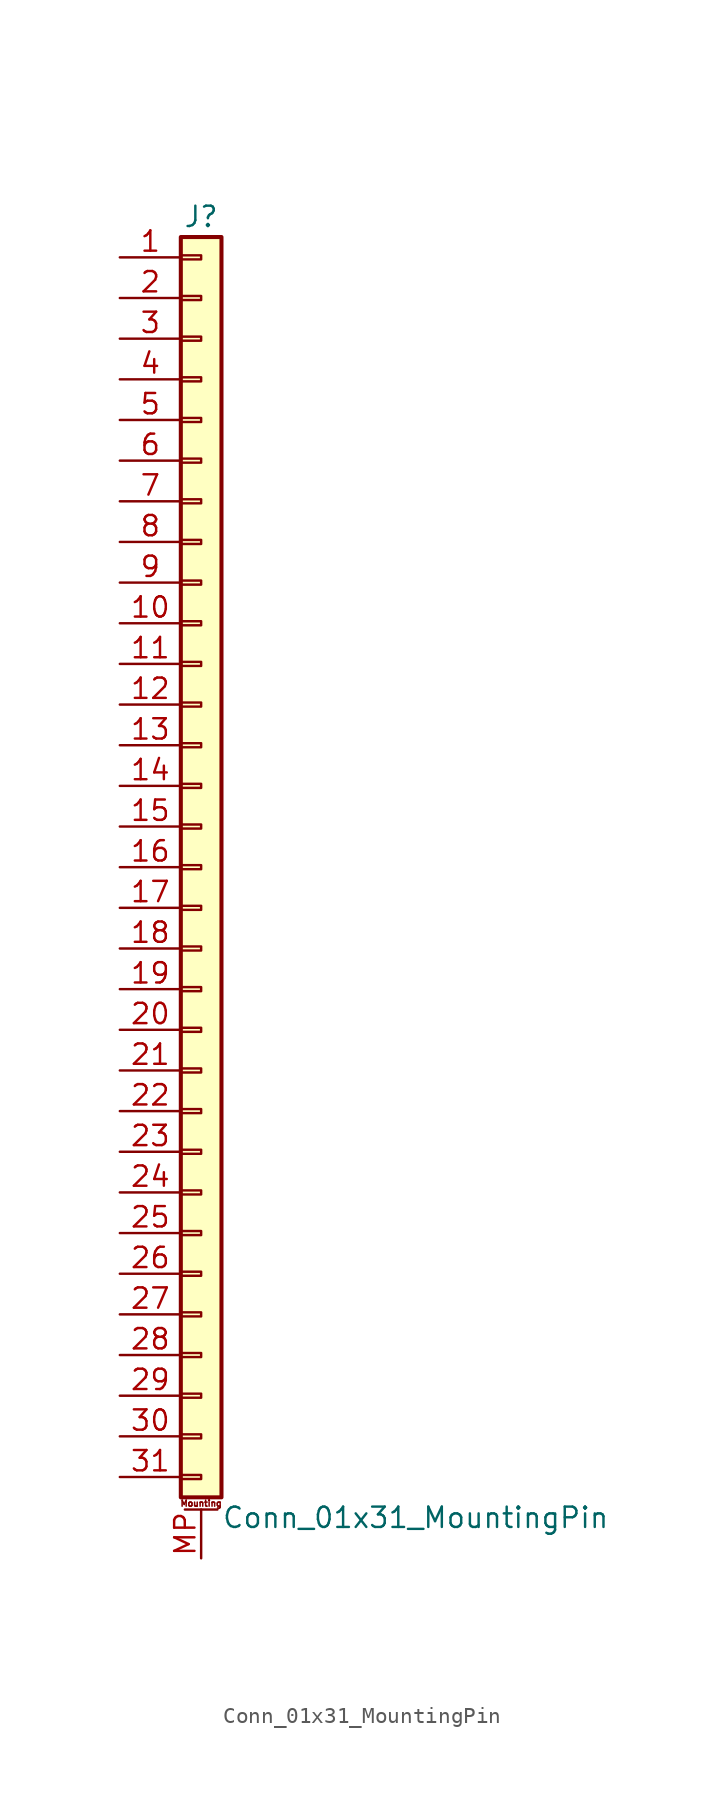
<source format=kicad_sym>
(kicad_symbol_lib
  (version 20201005)
  (generator kicad_symbol_editor)
  (symbol "Connector_Generic_MountingPin:Conn_01x31_MountingPin"
    (pin_names
      (offset 1.016) hide)
    (property "Reference" "J"
      (at 0 40.64 0)
      (effects (font (size 1.27 1.27))))
    (property "Value" "Conn_01x31_MountingPin"
      (at 1.27 -40.64 0)
      (effects (font (size 1.27 1.27)) (justify left)))
    (symbol "Conn_01x31_MountingPin_1_1"
      (text "Mounting" (at 0 -39.751 0) (effects (font (size 0.381 0.381))))
      (rectangle (start -1.27 -27.813) (end 0 -28.067) (stroke (width 0.152)) (fill (type none)))
      (rectangle (start -1.27 -30.353) (end 0 -30.607) (stroke (width 0.152)) (fill (type none)))
      (rectangle (start -1.27 -32.893) (end 0 -33.147) (stroke (width 0.152)) (fill (type none)))
      (rectangle (start -1.27 -35.433) (end 0 -35.687) (stroke (width 0.152)) (fill (type none)))
      (rectangle (start -1.27 -37.973) (end 0 -38.227) (stroke (width 0.152)) (fill (type none)))
      (rectangle (start -1.27 -4.953) (end 0 -5.207) (stroke (width 0.152)) (fill (type none)))
      (rectangle (start -1.27 -7.493) (end 0 -7.747) (stroke (width 0.152)) (fill (type none)))
      (rectangle (start -1.27 -10.033) (end 0 -10.287) (stroke (width 0.152)) (fill (type none)))
      (rectangle (start -1.27 -12.573) (end 0 -12.827) (stroke (width 0.152)) (fill (type none)))
      (rectangle (start -1.27 -15.113) (end 0 -15.367) (stroke (width 0.152)) (fill (type none)))
      (rectangle (start -1.27 -17.653) (end 0 -17.907) (stroke (width 0.152)) (fill (type none)))
      (rectangle (start -1.27 -20.193) (end 0 -20.447) (stroke (width 0.152)) (fill (type none)))
      (rectangle (start -1.27 -22.733) (end 0 -22.987) (stroke (width 0.152)) (fill (type none)))
      (rectangle (start -1.27 -2.413) (end 0 -2.667) (stroke (width 0.152)) (fill (type none)))
      (rectangle (start -1.27 -25.273) (end 0 -25.527) (stroke (width 0.152)) (fill (type none)))
      (rectangle (start -1.27 25.527) (end 0 25.273) (stroke (width 0.152)) (fill (type none)))
      (rectangle (start -1.27 2.667) (end 0 2.413) (stroke (width 0.152)) (fill (type none)))
      (rectangle (start -1.27 28.067) (end 0 27.813) (stroke (width 0.152)) (fill (type none)))
      (rectangle (start -1.27 30.607) (end 0 30.353) (stroke (width 0.152)) (fill (type none)))
      (rectangle (start -1.27 33.147) (end 0 32.893) (stroke (width 0.152)) (fill (type none)))
      (rectangle (start -1.27 35.687) (end 0 35.433) (stroke (width 0.152)) (fill (type none)))
      (rectangle (start -1.27 38.227) (end 0 37.973) (stroke (width 0.152)) (fill (type none)))
      (rectangle (start -1.27 39.37) (end 1.27 -39.37) (stroke (width 0.254)) (fill (type background)))
      (rectangle (start -1.27 5.207) (end 0 4.953) (stroke (width 0.152)) (fill (type none)))
      (rectangle (start -1.27 7.747) (end 0 7.493) (stroke (width 0.152)) (fill (type none)))
      (rectangle (start -1.27 10.287) (end 0 10.033) (stroke (width 0.152)) (fill (type none)))
      (rectangle (start -1.27 0.127) (end 0 -0.127) (stroke (width 0.152)) (fill (type none)))
      (rectangle (start -1.27 12.827) (end 0 12.573) (stroke (width 0.152)) (fill (type none)))
      (rectangle (start -1.27 15.367) (end 0 15.113) (stroke (width 0.152)) (fill (type none)))
      (rectangle (start -1.27 17.907) (end 0 17.653) (stroke (width 0.152)) (fill (type none)))
      (rectangle (start -1.27 20.447) (end 0 20.193) (stroke (width 0.152)) (fill (type none)))
      (rectangle (start -1.27 22.987) (end 0 22.733) (stroke (width 0.152)) (fill (type none)))
      (polyline (pts (xy -1.016 -40.132) (xy 1.016 -40.132)) (stroke (width 0.152)) (fill (type none)))
      (pin passive line (at 0 -43.18 90) (length 3.048) (name "MountPin" (effects (font (size 1.27 1.27)))) (number "MP" (effects (font (size 1.27 1.27)))))
      (pin passive line (at -5.08 38.1 0) (length 3.81) (name "Pin_1" (effects (font (size 1.27 1.27)))) (number "1" (effects (font (size 1.27 1.27)))))
      (pin passive line (at -5.08 15.24 0) (length 3.81) (name "Pin_10" (effects (font (size 1.27 1.27)))) (number "10" (effects (font (size 1.27 1.27)))))
      (pin passive line (at -5.08 12.7 0) (length 3.81) (name "Pin_11" (effects (font (size 1.27 1.27)))) (number "11" (effects (font (size 1.27 1.27)))))
      (pin passive line (at -5.08 10.16 0) (length 3.81) (name "Pin_12" (effects (font (size 1.27 1.27)))) (number "12" (effects (font (size 1.27 1.27)))))
      (pin passive line (at -5.08 7.62 0) (length 3.81) (name "Pin_13" (effects (font (size 1.27 1.27)))) (number "13" (effects (font (size 1.27 1.27)))))
      (pin passive line (at -5.08 5.08 0) (length 3.81) (name "Pin_14" (effects (font (size 1.27 1.27)))) (number "14" (effects (font (size 1.27 1.27)))))
      (pin passive line (at -5.08 2.54 0) (length 3.81) (name "Pin_15" (effects (font (size 1.27 1.27)))) (number "15" (effects (font (size 1.27 1.27)))))
      (pin passive line (at -5.08 0 0) (length 3.81) (name "Pin_16" (effects (font (size 1.27 1.27)))) (number "16" (effects (font (size 1.27 1.27)))))
      (pin passive line (at -5.08 -2.54 0) (length 3.81) (name "Pin_17" (effects (font (size 1.27 1.27)))) (number "17" (effects (font (size 1.27 1.27)))))
      (pin passive line (at -5.08 -5.08 0) (length 3.81) (name "Pin_18" (effects (font (size 1.27 1.27)))) (number "18" (effects (font (size 1.27 1.27)))))
      (pin passive line (at -5.08 -7.62 0) (length 3.81) (name "Pin_19" (effects (font (size 1.27 1.27)))) (number "19" (effects (font (size 1.27 1.27)))))
      (pin passive line (at -5.08 35.56 0) (length 3.81) (name "Pin_2" (effects (font (size 1.27 1.27)))) (number "2" (effects (font (size 1.27 1.27)))))
      (pin passive line (at -5.08 -10.16 0) (length 3.81) (name "Pin_20" (effects (font (size 1.27 1.27)))) (number "20" (effects (font (size 1.27 1.27)))))
      (pin passive line (at -5.08 -12.7 0) (length 3.81) (name "Pin_21" (effects (font (size 1.27 1.27)))) (number "21" (effects (font (size 1.27 1.27)))))
      (pin passive line (at -5.08 -15.24 0) (length 3.81) (name "Pin_22" (effects (font (size 1.27 1.27)))) (number "22" (effects (font (size 1.27 1.27)))))
      (pin passive line (at -5.08 -17.78 0) (length 3.81) (name "Pin_23" (effects (font (size 1.27 1.27)))) (number "23" (effects (font (size 1.27 1.27)))))
      (pin passive line (at -5.08 -20.32 0) (length 3.81) (name "Pin_24" (effects (font (size 1.27 1.27)))) (number "24" (effects (font (size 1.27 1.27)))))
      (pin passive line (at -5.08 -22.86 0) (length 3.81) (name "Pin_25" (effects (font (size 1.27 1.27)))) (number "25" (effects (font (size 1.27 1.27)))))
      (pin passive line (at -5.08 -25.4 0) (length 3.81) (name "Pin_26" (effects (font (size 1.27 1.27)))) (number "26" (effects (font (size 1.27 1.27)))))
      (pin passive line (at -5.08 -27.94 0) (length 3.81) (name "Pin_27" (effects (font (size 1.27 1.27)))) (number "27" (effects (font (size 1.27 1.27)))))
      (pin passive line (at -5.08 -30.48 0) (length 3.81) (name "Pin_28" (effects (font (size 1.27 1.27)))) (number "28" (effects (font (size 1.27 1.27)))))
      (pin passive line (at -5.08 -33.02 0) (length 3.81) (name "Pin_29" (effects (font (size 1.27 1.27)))) (number "29" (effects (font (size 1.27 1.27)))))
      (pin passive line (at -5.08 33.02 0) (length 3.81) (name "Pin_3" (effects (font (size 1.27 1.27)))) (number "3" (effects (font (size 1.27 1.27)))))
      (pin passive line (at -5.08 -35.56 0) (length 3.81) (name "Pin_30" (effects (font (size 1.27 1.27)))) (number "30" (effects (font (size 1.27 1.27)))))
      (pin passive line (at -5.08 -38.1 0) (length 3.81) (name "Pin_31" (effects (font (size 1.27 1.27)))) (number "31" (effects (font (size 1.27 1.27)))))
      (pin passive line (at -5.08 30.48 0) (length 3.81) (name "Pin_4" (effects (font (size 1.27 1.27)))) (number "4" (effects (font (size 1.27 1.27)))))
      (pin passive line (at -5.08 27.94 0) (length 3.81) (name "Pin_5" (effects (font (size 1.27 1.27)))) (number "5" (effects (font (size 1.27 1.27)))))
      (pin passive line (at -5.08 25.4 0) (length 3.81) (name "Pin_6" (effects (font (size 1.27 1.27)))) (number "6" (effects (font (size 1.27 1.27)))))
      (pin passive line (at -5.08 22.86 0) (length 3.81) (name "Pin_7" (effects (font (size 1.27 1.27)))) (number "7" (effects (font (size 1.27 1.27)))))
      (pin passive line (at -5.08 20.32 0) (length 3.81) (name "Pin_8" (effects (font (size 1.27 1.27)))) (number "8" (effects (font (size 1.27 1.27)))))
      (pin passive line (at -5.08 17.78 0) (length 3.81) (name "Pin_9" (effects (font (size 1.27 1.27)))) (number "9" (effects (font (size 1.27 1.27))))))))
</source>
